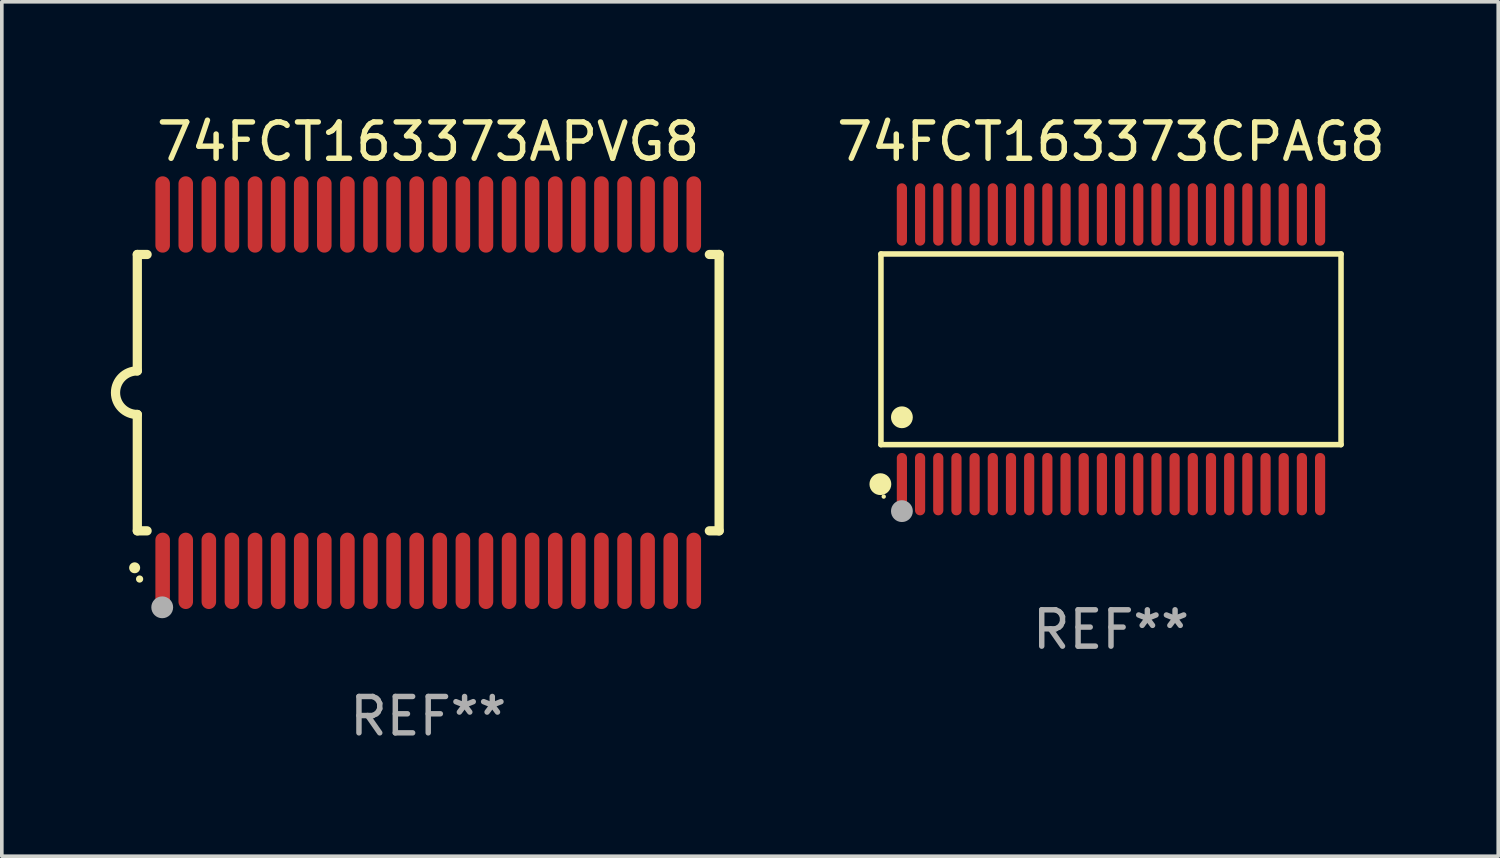
<source format=kicad_pcb>
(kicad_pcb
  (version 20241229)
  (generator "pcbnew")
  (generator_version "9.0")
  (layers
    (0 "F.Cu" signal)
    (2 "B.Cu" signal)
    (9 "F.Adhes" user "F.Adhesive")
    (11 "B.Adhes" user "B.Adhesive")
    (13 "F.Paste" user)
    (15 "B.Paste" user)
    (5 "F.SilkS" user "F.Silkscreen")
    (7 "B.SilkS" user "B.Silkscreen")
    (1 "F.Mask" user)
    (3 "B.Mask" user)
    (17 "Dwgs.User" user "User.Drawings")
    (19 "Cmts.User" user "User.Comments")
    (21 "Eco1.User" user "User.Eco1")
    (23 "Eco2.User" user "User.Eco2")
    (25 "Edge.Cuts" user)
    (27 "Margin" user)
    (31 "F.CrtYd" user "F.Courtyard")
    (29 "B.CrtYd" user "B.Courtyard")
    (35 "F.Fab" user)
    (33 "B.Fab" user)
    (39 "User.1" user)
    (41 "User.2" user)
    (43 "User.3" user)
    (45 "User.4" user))
  (footprint "74FCT163373CPAG8"
    (layer "F.Cu")
    (at 27.502 6.556)
    (property "Reference" "74FCT163373CPAG8" (at 0 -5.708 0) (layer "F.SilkS") (effects (font (size 1 1) (thickness 0.15))))
    (attr through_hole)
    (fp_line (start -6.326 -2.622) (end 6.326 -2.622) (stroke (width 0.152) (type solid)) (layer "F.SilkS"))
    (fp_line (start -6.326 2.621) (end -6.326 -2.622) (stroke (width 0.152) (type solid)) (layer "F.SilkS"))
    (fp_line (start 6.326 -2.622) (end 6.326 2.621) (stroke (width 0.152) (type solid)) (layer "F.SilkS"))
    (fp_line (start 6.326 2.621) (end -6.326 2.621) (stroke (width 0.152) (type solid)) (layer "F.SilkS"))
    (fp_circle (center -6.342 3.708) (end -6.192 3.708) (stroke (width 0.3) (type solid)) (fill no) (layer "F.SilkS"))
    (fp_circle (center -6.25 4.05) (end -6.22 4.05) (stroke (width 0.06) (type solid)) (fill no) (layer "F.SilkS"))
    (fp_circle (center -5.75 1.869) (end -5.6 1.869) (stroke (width 0.3) (type solid)) (fill no) (layer "F.SilkS"))
    (fp_circle (center -5.75 4.45) (end -5.6 4.45) (stroke (width 0.3) (type solid)) (fill no) (layer "F.Fab"))
    (fp_text user "REF**" (at 0 7.708 0) (layer "F.Fab") (effects (font (size 1 1) (thickness 0.15))))
    (pad "1" smd oval (at -5.75 3.708) (size 0.28 1.715) (layers "F.Cu" "F.Mask" "F.Paste"))
    (pad "2" smd oval (at -5.25 3.708) (size 0.28 1.715) (layers "F.Cu" "F.Mask" "F.Paste"))
    (pad "3" smd oval (at -4.75 3.708) (size 0.28 1.715) (layers "F.Cu" "F.Mask" "F.Paste"))
    (pad "4" smd oval (at -4.25 3.708) (size 0.28 1.715) (layers "F.Cu" "F.Mask" "F.Paste"))
    (pad "5" smd oval (at -3.75 3.708) (size 0.28 1.715) (layers "F.Cu" "F.Mask" "F.Paste"))
    (pad "6" smd oval (at -3.25 3.708) (size 0.28 1.715) (layers "F.Cu" "F.Mask" "F.Paste"))
    (pad "7" smd oval (at -2.75 3.708) (size 0.28 1.715) (layers "F.Cu" "F.Mask" "F.Paste"))
    (pad "8" smd oval (at -2.25 3.708) (size 0.28 1.715) (layers "F.Cu" "F.Mask" "F.Paste"))
    (pad "9" smd oval (at -1.75 3.708) (size 0.28 1.715) (layers "F.Cu" "F.Mask" "F.Paste"))
    (pad "10" smd oval (at -1.25 3.708) (size 0.28 1.715) (layers "F.Cu" "F.Mask" "F.Paste"))
    (pad "11" smd oval (at -0.75 3.708) (size 0.28 1.715) (layers "F.Cu" "F.Mask" "F.Paste"))
    (pad "12" smd oval (at -0.25 3.708) (size 0.28 1.715) (layers "F.Cu" "F.Mask" "F.Paste"))
    (pad "13" smd oval (at 0.25 3.708) (size 0.28 1.715) (layers "F.Cu" "F.Mask" "F.Paste"))
    (pad "14" smd oval (at 0.75 3.708) (size 0.28 1.715) (layers "F.Cu" "F.Mask" "F.Paste"))
    (pad "15" smd oval (at 1.25 3.708) (size 0.28 1.715) (layers "F.Cu" "F.Mask" "F.Paste"))
    (pad "16" smd oval (at 1.75 3.708) (size 0.28 1.715) (layers "F.Cu" "F.Mask" "F.Paste"))
    (pad "17" smd oval (at 2.25 3.708) (size 0.28 1.715) (layers "F.Cu" "F.Mask" "F.Paste"))
    (pad "18" smd oval (at 2.75 3.708) (size 0.28 1.715) (layers "F.Cu" "F.Mask" "F.Paste"))
    (pad "19" smd oval (at 3.25 3.708) (size 0.28 1.715) (layers "F.Cu" "F.Mask" "F.Paste"))
    (pad "20" smd oval (at 3.75 3.708) (size 0.28 1.715) (layers "F.Cu" "F.Mask" "F.Paste"))
    (pad "21" smd oval (at 4.25 3.708) (size 0.28 1.715) (layers "F.Cu" "F.Mask" "F.Paste"))
    (pad "22" smd oval (at 4.75 3.708) (size 0.28 1.715) (layers "F.Cu" "F.Mask" "F.Paste"))
    (pad "23" smd oval (at 5.25 3.708) (size 0.28 1.715) (layers "F.Cu" "F.Mask" "F.Paste"))
    (pad "24" smd oval (at 5.75 3.708) (size 0.28 1.715) (layers "F.Cu" "F.Mask" "F.Paste"))
    (pad "25" smd oval (at 5.75 -3.708) (size 0.28 1.715) (layers "F.Cu" "F.Mask" "F.Paste"))
    (pad "26" smd oval (at 5.25 -3.708) (size 0.28 1.715) (layers "F.Cu" "F.Mask" "F.Paste"))
    (pad "27" smd oval (at 4.75 -3.708) (size 0.28 1.715) (layers "F.Cu" "F.Mask" "F.Paste"))
    (pad "28" smd oval (at 4.25 -3.708) (size 0.28 1.715) (layers "F.Cu" "F.Mask" "F.Paste"))
    (pad "29" smd oval (at 3.75 -3.708) (size 0.28 1.715) (layers "F.Cu" "F.Mask" "F.Paste"))
    (pad "30" smd oval (at 3.25 -3.708) (size 0.28 1.715) (layers "F.Cu" "F.Mask" "F.Paste"))
    (pad "31" smd oval (at 2.75 -3.708) (size 0.28 1.715) (layers "F.Cu" "F.Mask" "F.Paste"))
    (pad "32" smd oval (at 2.25 -3.708) (size 0.28 1.715) (layers "F.Cu" "F.Mask" "F.Paste"))
    (pad "33" smd oval (at 1.75 -3.708) (size 0.28 1.715) (layers "F.Cu" "F.Mask" "F.Paste"))
    (pad "34" smd oval (at 1.25 -3.708) (size 0.28 1.715) (layers "F.Cu" "F.Mask" "F.Paste"))
    (pad "35" smd oval (at 0.75 -3.708) (size 0.28 1.715) (layers "F.Cu" "F.Mask" "F.Paste"))
    (pad "36" smd oval (at 0.25 -3.708) (size 0.28 1.715) (layers "F.Cu" "F.Mask" "F.Paste"))
    (pad "37" smd oval (at -0.25 -3.708) (size 0.28 1.715) (layers "F.Cu" "F.Mask" "F.Paste"))
    (pad "38" smd oval (at -0.75 -3.708) (size 0.28 1.715) (layers "F.Cu" "F.Mask" "F.Paste"))
    (pad "39" smd oval (at -1.25 -3.708) (size 0.28 1.715) (layers "F.Cu" "F.Mask" "F.Paste"))
    (pad "40" smd oval (at -1.75 -3.708) (size 0.28 1.715) (layers "F.Cu" "F.Mask" "F.Paste"))
    (pad "41" smd oval (at -2.25 -3.708) (size 0.28 1.715) (layers "F.Cu" "F.Mask" "F.Paste"))
    (pad "42" smd oval (at -2.75 -3.708) (size 0.28 1.715) (layers "F.Cu" "F.Mask" "F.Paste"))
    (pad "43" smd oval (at -3.25 -3.708) (size 0.28 1.715) (layers "F.Cu" "F.Mask" "F.Paste"))
    (pad "44" smd oval (at -3.75 -3.708) (size 0.28 1.715) (layers "F.Cu" "F.Mask" "F.Paste"))
    (pad "45" smd oval (at -4.25 -3.708) (size 0.28 1.715) (layers "F.Cu" "F.Mask" "F.Paste"))
    (pad "46" smd oval (at -4.75 -3.708) (size 0.28 1.715) (layers "F.Cu" "F.Mask" "F.Paste"))
    (pad "47" smd oval (at -5.25 -3.708) (size 0.28 1.715) (layers "F.Cu" "F.Mask" "F.Paste"))
    (pad "48" smd oval (at -5.75 -3.708) (size 0.28 1.715) (layers "F.Cu" "F.Mask" "F.Paste")))
  (footprint "74FCT163373APVG8"
    (layer "F.Cu")
    (at 8.726 7.748)
    (property "Reference" "74FCT163373APVG8" (at 0 -6.9 0) (layer "F.SilkS") (effects (font (size 1 1) (thickness 0.15))))
    (attr through_hole)
    (fp_line (start -8 -3.8) (end -8 -0.599) (stroke (width 0.254) (type solid)) (layer "F.SilkS"))
    (fp_line (start -8 -3.8) (end -7.731 -3.8) (stroke (width 0.254) (type solid)) (layer "F.SilkS"))
    (fp_line (start -8 3.8) (end -8 0.599) (stroke (width 0.254) (type solid)) (layer "F.SilkS"))
    (fp_line (start -7.731 3.8) (end -8 3.8) (stroke (width 0.254) (type solid)) (layer "F.SilkS"))
    (fp_line (start 7.731 -3.8) (end 8 -3.8) (stroke (width 0.254) (type solid)) (layer "F.SilkS"))
    (fp_line (start 8 -3.8) (end 8 3.8) (stroke (width 0.254) (type solid)) (layer "F.SilkS"))
    (fp_line (start 8 3.8) (end 7.731 3.8) (stroke (width 0.254) (type solid)) (layer "F.SilkS"))
    (fp_arc (start -8.074676 4.81585) (mid -8.073406 4.815845) (end -8.072136 4.81585) (stroke (width 0.3) (type solid)) (layer "F.SilkS"))
    (fp_arc (start -8.000025 0.6) (mid -8.598908 0.00056) (end -8.000027 -0.598882) (stroke (width 0.254001) (type solid)) (layer "F.SilkS"))
    (fp_circle (center -7.937 5.125) (end -7.887 5.125) (stroke (width 0.1) (type solid)) (fill no) (layer "F.SilkS"))
    (fp_circle (center -7.315 5.903) (end -7.165 5.903) (stroke (width 0.3) (type solid)) (fill no) (layer "F.Fab"))
    (fp_text user "REF**" (at 0 8.9 0) (layer "F.Fab") (effects (font (size 1 1) (thickness 0.15))))
    (pad "1" smd oval (at -7.303 4.9) (size 0.4 2.1) (layers "F.Cu" "F.Mask" "F.Paste"))
    (pad "2" smd oval (at -6.668 4.9) (size 0.4 2.1) (layers "F.Cu" "F.Mask" "F.Paste"))
    (pad "3" smd oval (at -6.033 4.9) (size 0.4 2.1) (layers "F.Cu" "F.Mask" "F.Paste"))
    (pad "4" smd oval (at -5.398 4.9) (size 0.4 2.1) (layers "F.Cu" "F.Mask" "F.Paste"))
    (pad "5" smd oval (at -4.763 4.9) (size 0.4 2.1) (layers "F.Cu" "F.Mask" "F.Paste"))
    (pad "6" smd oval (at -4.128 4.9) (size 0.4 2.1) (layers "F.Cu" "F.Mask" "F.Paste"))
    (pad "7" smd oval (at -3.493 4.9) (size 0.4 2.1) (layers "F.Cu" "F.Mask" "F.Paste"))
    (pad "8" smd oval (at -2.858 4.9) (size 0.4 2.1) (layers "F.Cu" "F.Mask" "F.Paste"))
    (pad "9" smd oval (at -2.223 4.9) (size 0.4 2.1) (layers "F.Cu" "F.Mask" "F.Paste"))
    (pad "10" smd oval (at -1.588 4.9) (size 0.4 2.1) (layers "F.Cu" "F.Mask" "F.Paste"))
    (pad "11" smd oval (at -0.953 4.9) (size 0.4 2.1) (layers "F.Cu" "F.Mask" "F.Paste"))
    (pad "12" smd oval (at -0.318 4.9) (size 0.4 2.1) (layers "F.Cu" "F.Mask" "F.Paste"))
    (pad "13" smd oval (at 0.318 4.9) (size 0.4 2.1) (layers "F.Cu" "F.Mask" "F.Paste"))
    (pad "14" smd oval (at 0.953 4.9) (size 0.4 2.1) (layers "F.Cu" "F.Mask" "F.Paste"))
    (pad "15" smd oval (at 1.588 4.9) (size 0.4 2.1) (layers "F.Cu" "F.Mask" "F.Paste"))
    (pad "16" smd oval (at 2.223 4.9) (size 0.4 2.1) (layers "F.Cu" "F.Mask" "F.Paste"))
    (pad "17" smd oval (at 2.858 4.9) (size 0.4 2.1) (layers "F.Cu" "F.Mask" "F.Paste"))
    (pad "18" smd oval (at 3.493 4.9) (size 0.4 2.1) (layers "F.Cu" "F.Mask" "F.Paste"))
    (pad "19" smd oval (at 4.128 4.9) (size 0.4 2.1) (layers "F.Cu" "F.Mask" "F.Paste"))
    (pad "20" smd oval (at 4.763 4.9) (size 0.4 2.1) (layers "F.Cu" "F.Mask" "F.Paste"))
    (pad "21" smd oval (at 5.398 4.9) (size 0.4 2.1) (layers "F.Cu" "F.Mask" "F.Paste"))
    (pad "22" smd oval (at 6.033 4.9) (size 0.4 2.1) (layers "F.Cu" "F.Mask" "F.Paste"))
    (pad "23" smd oval (at 6.668 4.9) (size 0.4 2.1) (layers "F.Cu" "F.Mask" "F.Paste"))
    (pad "24" smd oval (at 7.303 4.9) (size 0.4 2.1) (layers "F.Cu" "F.Mask" "F.Paste"))
    (pad "25" smd oval (at 7.303 -4.9 180) (size 0.4 2.1) (layers "F.Cu" "F.Mask" "F.Paste"))
    (pad "26" smd oval (at 6.668 -4.9 180) (size 0.4 2.1) (layers "F.Cu" "F.Mask" "F.Paste"))
    (pad "27" smd oval (at 6.033 -4.9 180) (size 0.4 2.1) (layers "F.Cu" "F.Mask" "F.Paste"))
    (pad "28" smd oval (at 5.398 -4.9 180) (size 0.4 2.1) (layers "F.Cu" "F.Mask" "F.Paste"))
    (pad "29" smd oval (at 4.763 -4.9 180) (size 0.4 2.1) (layers "F.Cu" "F.Mask" "F.Paste"))
    (pad "30" smd oval (at 4.128 -4.9 180) (size 0.4 2.1) (layers "F.Cu" "F.Mask" "F.Paste"))
    (pad "31" smd oval (at 3.493 -4.9 180) (size 0.4 2.1) (layers "F.Cu" "F.Mask" "F.Paste"))
    (pad "32" smd oval (at 2.858 -4.9 180) (size 0.4 2.1) (layers "F.Cu" "F.Mask" "F.Paste"))
    (pad "33" smd oval (at 2.223 -4.9 180) (size 0.4 2.1) (layers "F.Cu" "F.Mask" "F.Paste"))
    (pad "34" smd oval (at 1.588 -4.9 180) (size 0.4 2.1) (layers "F.Cu" "F.Mask" "F.Paste"))
    (pad "35" smd oval (at 0.953 -4.9 180) (size 0.4 2.1) (layers "F.Cu" "F.Mask" "F.Paste"))
    (pad "36" smd oval (at 0.318 -4.9 180) (size 0.4 2.1) (layers "F.Cu" "F.Mask" "F.Paste"))
    (pad "37" smd oval (at -0.318 -4.9 180) (size 0.4 2.1) (layers "F.Cu" "F.Mask" "F.Paste"))
    (pad "38" smd oval (at -0.953 -4.9 180) (size 0.4 2.1) (layers "F.Cu" "F.Mask" "F.Paste"))
    (pad "39" smd oval (at -1.588 -4.9 180) (size 0.4 2.1) (layers "F.Cu" "F.Mask" "F.Paste"))
    (pad "40" smd oval (at -2.223 -4.9 180) (size 0.4 2.1) (layers "F.Cu" "F.Mask" "F.Paste"))
    (pad "41" smd oval (at -2.858 -4.9 180) (size 0.4 2.1) (layers "F.Cu" "F.Mask" "F.Paste"))
    (pad "42" smd oval (at -3.493 -4.9 180) (size 0.4 2.1) (layers "F.Cu" "F.Mask" "F.Paste"))
    (pad "43" smd oval (at -4.128 -4.9 180) (size 0.4 2.1) (layers "F.Cu" "F.Mask" "F.Paste"))
    (pad "44" smd oval (at -4.763 -4.9 180) (size 0.4 2.1) (layers "F.Cu" "F.Mask" "F.Paste"))
    (pad "45" smd oval (at -5.398 -4.9 180) (size 0.4 2.1) (layers "F.Cu" "F.Mask" "F.Paste"))
    (pad "46" smd oval (at -6.033 -4.9 180) (size 0.4 2.1) (layers "F.Cu" "F.Mask" "F.Paste"))
    (pad "47" smd oval (at -6.668 -4.9 180) (size 0.4 2.1) (layers "F.Cu" "F.Mask" "F.Paste"))
    (pad "48" smd oval (at -7.303 -4.9 180) (size 0.4 2.1) (layers "F.Cu" "F.Mask" "F.Paste")))
  (gr_rect
    (start -3 -3)
    (end 38.151 20.496)
    (stroke (width 0.1) (type default))
    (fill no)
    (layer "Edge.Cuts")))
</source>
